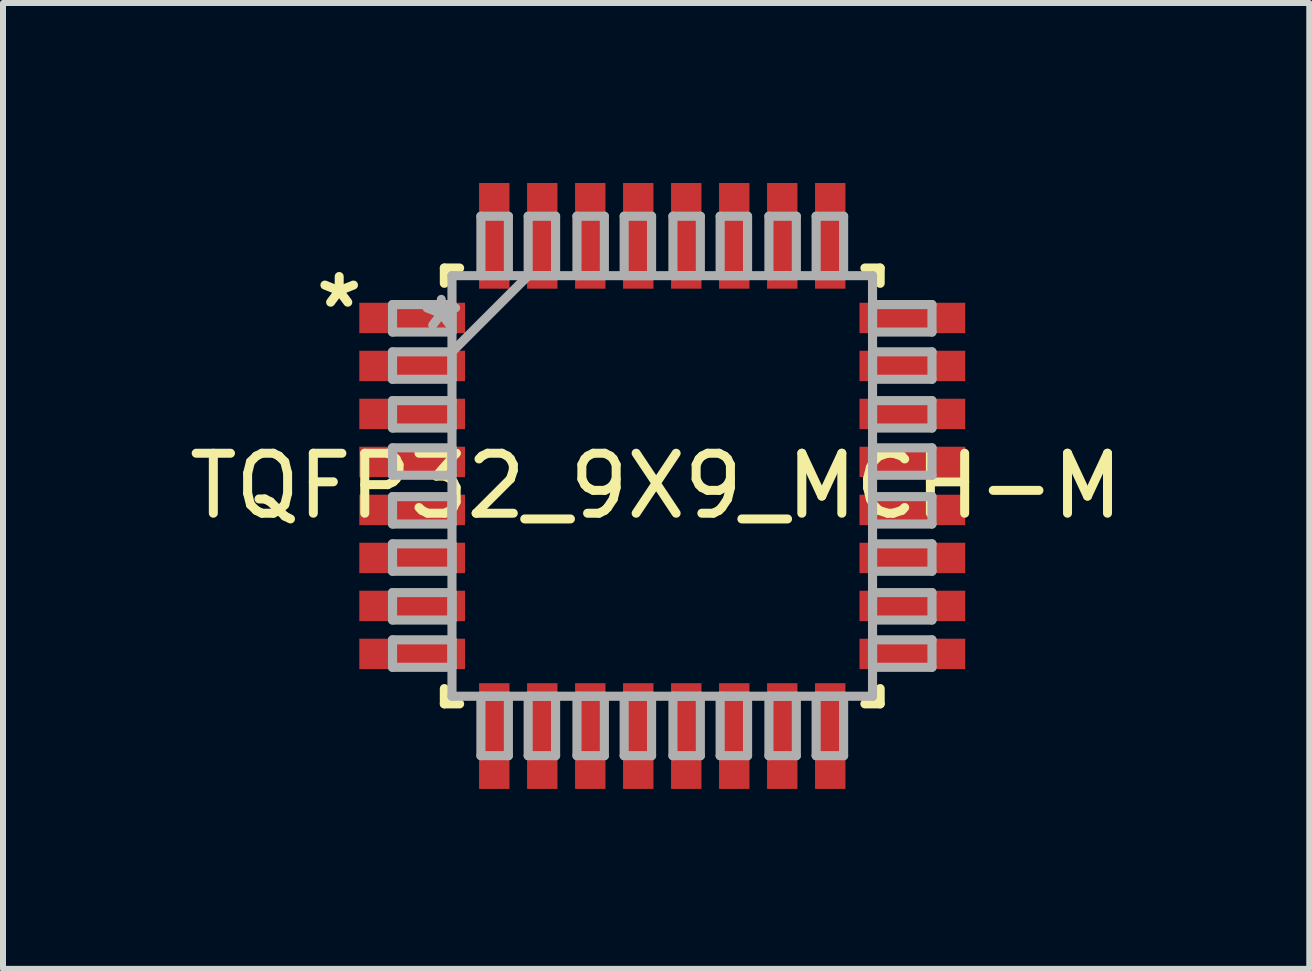
<source format=kicad_pcb>
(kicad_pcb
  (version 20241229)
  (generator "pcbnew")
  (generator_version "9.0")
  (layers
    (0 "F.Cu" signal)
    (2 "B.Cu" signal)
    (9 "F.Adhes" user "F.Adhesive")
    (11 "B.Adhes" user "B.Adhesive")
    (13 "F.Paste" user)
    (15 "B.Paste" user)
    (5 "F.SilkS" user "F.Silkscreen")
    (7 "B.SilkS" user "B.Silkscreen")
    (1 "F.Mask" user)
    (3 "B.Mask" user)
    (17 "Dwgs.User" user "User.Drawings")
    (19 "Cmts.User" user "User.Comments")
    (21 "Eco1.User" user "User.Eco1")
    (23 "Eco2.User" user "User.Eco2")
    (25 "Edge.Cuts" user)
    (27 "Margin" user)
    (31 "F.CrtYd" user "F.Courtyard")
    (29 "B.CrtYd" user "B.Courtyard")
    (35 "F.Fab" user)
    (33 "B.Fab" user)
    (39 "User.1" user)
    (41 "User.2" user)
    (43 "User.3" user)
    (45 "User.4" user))
  (footprint "TQFP32_9X9_MCH-M"
    (layer "F.Cu")
    (at 7.989 5.05)
    (property "Reference" "TQFP32_9X9_MCH-M" (at -0.102 0 0) (layer "F.SilkS") (effects (font (size 1 1) (thickness 0.15))))
    (attr smd)
    (fp_line (start -3.632 -3.632) (end -3.632 -3.378) (stroke (width 0.152) (type solid)) (layer "F.SilkS"))
    (fp_line (start -3.632 3.378) (end -3.632 3.632) (stroke (width 0.152) (type solid)) (layer "F.SilkS"))
    (fp_line (start -3.632 3.632) (end -3.378 3.632) (stroke (width 0.152) (type solid)) (layer "F.SilkS"))
    (fp_line (start -3.378 -3.632) (end -3.632 -3.632) (stroke (width 0.152) (type solid)) (layer "F.SilkS"))
    (fp_line (start 3.378 3.632) (end 3.632 3.632) (stroke (width 0.152) (type solid)) (layer "F.SilkS"))
    (fp_line (start 3.632 -3.632) (end 3.378 -3.632) (stroke (width 0.152) (type solid)) (layer "F.SilkS"))
    (fp_line (start 3.632 -3.378) (end 3.632 -3.632) (stroke (width 0.152) (type solid)) (layer "F.SilkS"))
    (fp_line (start 3.632 3.632) (end 3.632 3.378) (stroke (width 0.152) (type solid)) (layer "F.SilkS"))
    (fp_line (start -4.496 -3.023) (end -4.496 -2.565) (stroke (width 0.152) (type solid)) (layer "F.Fab"))
    (fp_line (start -4.496 -2.565) (end -3.505 -2.565) (stroke (width 0.152) (type solid)) (layer "F.Fab"))
    (fp_line (start -4.496 -2.235) (end -4.496 -1.778) (stroke (width 0.152) (type solid)) (layer "F.Fab"))
    (fp_line (start -4.496 -1.778) (end -3.505 -1.778) (stroke (width 0.152) (type solid)) (layer "F.Fab"))
    (fp_line (start -4.496 -1.422) (end -4.496 -0.965) (stroke (width 0.152) (type solid)) (layer "F.Fab"))
    (fp_line (start -4.496 -0.965) (end -3.505 -0.965) (stroke (width 0.152) (type solid)) (layer "F.Fab"))
    (fp_line (start -4.496 -0.635) (end -4.496 -0.178) (stroke (width 0.152) (type solid)) (layer "F.Fab"))
    (fp_line (start -4.496 -0.178) (end -3.505 -0.178) (stroke (width 0.152) (type solid)) (layer "F.Fab"))
    (fp_line (start -4.496 0.178) (end -4.496 0.635) (stroke (width 0.152) (type solid)) (layer "F.Fab"))
    (fp_line (start -4.496 0.635) (end -3.505 0.635) (stroke (width 0.152) (type solid)) (layer "F.Fab"))
    (fp_line (start -4.496 0.965) (end -4.496 1.422) (stroke (width 0.152) (type solid)) (layer "F.Fab"))
    (fp_line (start -4.496 1.422) (end -3.505 1.422) (stroke (width 0.152) (type solid)) (layer "F.Fab"))
    (fp_line (start -4.496 1.778) (end -4.496 2.235) (stroke (width 0.152) (type solid)) (layer "F.Fab"))
    (fp_line (start -4.496 2.235) (end -3.505 2.235) (stroke (width 0.152) (type solid)) (layer "F.Fab"))
    (fp_line (start -4.496 2.565) (end -4.496 3.023) (stroke (width 0.152) (type solid)) (layer "F.Fab"))
    (fp_line (start -4.496 3.023) (end -3.505 3.023) (stroke (width 0.152) (type solid)) (layer "F.Fab"))
    (fp_line (start -3.505 -3.505) (end -3.505 3.505) (stroke (width 0.152) (type solid)) (layer "F.Fab"))
    (fp_line (start -3.505 -3.023) (end -4.496 -3.023) (stroke (width 0.152) (type solid)) (layer "F.Fab"))
    (fp_line (start -3.505 -2.565) (end -3.505 -3.023) (stroke (width 0.152) (type solid)) (layer "F.Fab"))
    (fp_line (start -3.505 -2.235) (end -4.496 -2.235) (stroke (width 0.152) (type solid)) (layer "F.Fab"))
    (fp_line (start -3.505 -2.235) (end -2.235 -3.505) (stroke (width 0.152) (type solid)) (layer "F.Fab"))
    (fp_line (start -3.505 -1.778) (end -3.505 -2.235) (stroke (width 0.152) (type solid)) (layer "F.Fab"))
    (fp_line (start -3.505 -1.422) (end -4.496 -1.422) (stroke (width 0.152) (type solid)) (layer "F.Fab"))
    (fp_line (start -3.505 -0.965) (end -3.505 -1.422) (stroke (width 0.152) (type solid)) (layer "F.Fab"))
    (fp_line (start -3.505 -0.635) (end -4.496 -0.635) (stroke (width 0.152) (type solid)) (layer "F.Fab"))
    (fp_line (start -3.505 -0.178) (end -3.505 -0.635) (stroke (width 0.152) (type solid)) (layer "F.Fab"))
    (fp_line (start -3.505 0.178) (end -4.496 0.178) (stroke (width 0.152) (type solid)) (layer "F.Fab"))
    (fp_line (start -3.505 0.635) (end -3.505 0.178) (stroke (width 0.152) (type solid)) (layer "F.Fab"))
    (fp_line (start -3.505 0.965) (end -4.496 0.965) (stroke (width 0.152) (type solid)) (layer "F.Fab"))
    (fp_line (start -3.505 1.422) (end -3.505 0.965) (stroke (width 0.152) (type solid)) (layer "F.Fab"))
    (fp_line (start -3.505 1.778) (end -4.496 1.778) (stroke (width 0.152) (type solid)) (layer "F.Fab"))
    (fp_line (start -3.505 2.235) (end -3.505 1.778) (stroke (width 0.152) (type solid)) (layer "F.Fab"))
    (fp_line (start -3.505 2.565) (end -4.496 2.565) (stroke (width 0.152) (type solid)) (layer "F.Fab"))
    (fp_line (start -3.505 3.023) (end -3.505 2.565) (stroke (width 0.152) (type solid)) (layer "F.Fab"))
    (fp_line (start -3.505 3.505) (end 3.505 3.505) (stroke (width 0.152) (type solid)) (layer "F.Fab"))
    (fp_line (start -3.023 -4.496) (end -3.023 -3.505) (stroke (width 0.152) (type solid)) (layer "F.Fab"))
    (fp_line (start -3.023 -3.505) (end -2.565 -3.505) (stroke (width 0.152) (type solid)) (layer "F.Fab"))
    (fp_line (start -3.023 3.505) (end -3.023 4.496) (stroke (width 0.152) (type solid)) (layer "F.Fab"))
    (fp_line (start -3.023 4.496) (end -2.565 4.496) (stroke (width 0.152) (type solid)) (layer "F.Fab"))
    (fp_line (start -2.565 -4.496) (end -3.023 -4.496) (stroke (width 0.152) (type solid)) (layer "F.Fab"))
    (fp_line (start -2.565 -3.505) (end -2.565 -4.496) (stroke (width 0.152) (type solid)) (layer "F.Fab"))
    (fp_line (start -2.565 3.505) (end -3.023 3.505) (stroke (width 0.152) (type solid)) (layer "F.Fab"))
    (fp_line (start -2.565 4.496) (end -2.565 3.505) (stroke (width 0.152) (type solid)) (layer "F.Fab"))
    (fp_line (start -2.235 -4.496) (end -2.235 -3.505) (stroke (width 0.152) (type solid)) (layer "F.Fab"))
    (fp_line (start -2.235 -3.505) (end -1.778 -3.505) (stroke (width 0.152) (type solid)) (layer "F.Fab"))
    (fp_line (start -2.235 3.505) (end -2.235 4.496) (stroke (width 0.152) (type solid)) (layer "F.Fab"))
    (fp_line (start -2.235 4.496) (end -1.778 4.496) (stroke (width 0.152) (type solid)) (layer "F.Fab"))
    (fp_line (start -1.778 -4.496) (end -2.235 -4.496) (stroke (width 0.152) (type solid)) (layer "F.Fab"))
    (fp_line (start -1.778 -3.505) (end -1.778 -4.496) (stroke (width 0.152) (type solid)) (layer "F.Fab"))
    (fp_line (start -1.778 3.505) (end -2.235 3.505) (stroke (width 0.152) (type solid)) (layer "F.Fab"))
    (fp_line (start -1.778 4.496) (end -1.778 3.505) (stroke (width 0.152) (type solid)) (layer "F.Fab"))
    (fp_line (start -1.422 -4.496) (end -1.422 -3.505) (stroke (width 0.152) (type solid)) (layer "F.Fab"))
    (fp_line (start -1.422 -3.505) (end -0.965 -3.505) (stroke (width 0.152) (type solid)) (layer "F.Fab"))
    (fp_line (start -1.422 3.505) (end -1.422 4.496) (stroke (width 0.152) (type solid)) (layer "F.Fab"))
    (fp_line (start -1.422 4.496) (end -0.965 4.496) (stroke (width 0.152) (type solid)) (layer "F.Fab"))
    (fp_line (start -0.965 -4.496) (end -1.422 -4.496) (stroke (width 0.152) (type solid)) (layer "F.Fab"))
    (fp_line (start -0.965 -3.505) (end -0.965 -4.496) (stroke (width 0.152) (type solid)) (layer "F.Fab"))
    (fp_line (start -0.965 3.505) (end -1.422 3.505) (stroke (width 0.152) (type solid)) (layer "F.Fab"))
    (fp_line (start -0.965 4.496) (end -0.965 3.505) (stroke (width 0.152) (type solid)) (layer "F.Fab"))
    (fp_line (start -0.635 -4.496) (end -0.635 -3.505) (stroke (width 0.152) (type solid)) (layer "F.Fab"))
    (fp_line (start -0.635 -3.505) (end -0.178 -3.505) (stroke (width 0.152) (type solid)) (layer "F.Fab"))
    (fp_line (start -0.635 3.505) (end -0.635 4.496) (stroke (width 0.152) (type solid)) (layer "F.Fab"))
    (fp_line (start -0.635 4.496) (end -0.178 4.496) (stroke (width 0.152) (type solid)) (layer "F.Fab"))
    (fp_line (start -0.178 -4.496) (end -0.635 -4.496) (stroke (width 0.152) (type solid)) (layer "F.Fab"))
    (fp_line (start -0.178 -3.505) (end -0.178 -4.496) (stroke (width 0.152) (type solid)) (layer "F.Fab"))
    (fp_line (start -0.178 3.505) (end -0.635 3.505) (stroke (width 0.152) (type solid)) (layer "F.Fab"))
    (fp_line (start -0.178 4.496) (end -0.178 3.505) (stroke (width 0.152) (type solid)) (layer "F.Fab"))
    (fp_line (start 0.178 -4.496) (end 0.178 -3.505) (stroke (width 0.152) (type solid)) (layer "F.Fab"))
    (fp_line (start 0.178 -3.505) (end 0.635 -3.505) (stroke (width 0.152) (type solid)) (layer "F.Fab"))
    (fp_line (start 0.178 3.505) (end 0.178 4.496) (stroke (width 0.152) (type solid)) (layer "F.Fab"))
    (fp_line (start 0.178 4.496) (end 0.635 4.496) (stroke (width 0.152) (type solid)) (layer "F.Fab"))
    (fp_line (start 0.635 -4.496) (end 0.178 -4.496) (stroke (width 0.152) (type solid)) (layer "F.Fab"))
    (fp_line (start 0.635 -3.505) (end 0.635 -4.496) (stroke (width 0.152) (type solid)) (layer "F.Fab"))
    (fp_line (start 0.635 3.505) (end 0.178 3.505) (stroke (width 0.152) (type solid)) (layer "F.Fab"))
    (fp_line (start 0.635 4.496) (end 0.635 3.505) (stroke (width 0.152) (type solid)) (layer "F.Fab"))
    (fp_line (start 0.965 -4.496) (end 0.965 -3.505) (stroke (width 0.152) (type solid)) (layer "F.Fab"))
    (fp_line (start 0.965 -3.505) (end 1.422 -3.505) (stroke (width 0.152) (type solid)) (layer "F.Fab"))
    (fp_line (start 0.965 3.505) (end 0.965 4.496) (stroke (width 0.152) (type solid)) (layer "F.Fab"))
    (fp_line (start 0.965 4.496) (end 1.422 4.496) (stroke (width 0.152) (type solid)) (layer "F.Fab"))
    (fp_line (start 1.422 -4.496) (end 0.965 -4.496) (stroke (width 0.152) (type solid)) (layer "F.Fab"))
    (fp_line (start 1.422 -3.505) (end 1.422 -4.496) (stroke (width 0.152) (type solid)) (layer "F.Fab"))
    (fp_line (start 1.422 3.505) (end 0.965 3.505) (stroke (width 0.152) (type solid)) (layer "F.Fab"))
    (fp_line (start 1.422 4.496) (end 1.422 3.505) (stroke (width 0.152) (type solid)) (layer "F.Fab"))
    (fp_line (start 1.778 -4.496) (end 1.778 -3.505) (stroke (width 0.152) (type solid)) (layer "F.Fab"))
    (fp_line (start 1.778 -3.505) (end 2.235 -3.505) (stroke (width 0.152) (type solid)) (layer "F.Fab"))
    (fp_line (start 1.778 3.505) (end 1.778 4.496) (stroke (width 0.152) (type solid)) (layer "F.Fab"))
    (fp_line (start 1.778 4.496) (end 2.235 4.496) (stroke (width 0.152) (type solid)) (layer "F.Fab"))
    (fp_line (start 2.235 -4.496) (end 1.778 -4.496) (stroke (width 0.152) (type solid)) (layer "F.Fab"))
    (fp_line (start 2.235 -3.505) (end 2.235 -4.496) (stroke (width 0.152) (type solid)) (layer "F.Fab"))
    (fp_line (start 2.235 3.505) (end 1.778 3.505) (stroke (width 0.152) (type solid)) (layer "F.Fab"))
    (fp_line (start 2.235 4.496) (end 2.235 3.505) (stroke (width 0.152) (type solid)) (layer "F.Fab"))
    (fp_line (start 2.565 -4.496) (end 2.565 -3.505) (stroke (width 0.152) (type solid)) (layer "F.Fab"))
    (fp_line (start 2.565 -3.505) (end 3.023 -3.505) (stroke (width 0.152) (type solid)) (layer "F.Fab"))
    (fp_line (start 2.565 3.505) (end 2.565 4.496) (stroke (width 0.152) (type solid)) (layer "F.Fab"))
    (fp_line (start 2.565 4.496) (end 3.023 4.496) (stroke (width 0.152) (type solid)) (layer "F.Fab"))
    (fp_line (start 3.023 -4.496) (end 2.565 -4.496) (stroke (width 0.152) (type solid)) (layer "F.Fab"))
    (fp_line (start 3.023 -3.505) (end 3.023 -4.496) (stroke (width 0.152) (type solid)) (layer "F.Fab"))
    (fp_line (start 3.023 3.505) (end 2.565 3.505) (stroke (width 0.152) (type solid)) (layer "F.Fab"))
    (fp_line (start 3.023 4.496) (end 3.023 3.505) (stroke (width 0.152) (type solid)) (layer "F.Fab"))
    (fp_line (start 3.505 -3.505) (end -3.505 -3.505) (stroke (width 0.152) (type solid)) (layer "F.Fab"))
    (fp_line (start 3.505 -3.023) (end 3.505 -2.565) (stroke (width 0.152) (type solid)) (layer "F.Fab"))
    (fp_line (start 3.505 -2.565) (end 4.496 -2.565) (stroke (width 0.152) (type solid)) (layer "F.Fab"))
    (fp_line (start 3.505 -2.235) (end 3.505 -1.778) (stroke (width 0.152) (type solid)) (layer "F.Fab"))
    (fp_line (start 3.505 -1.778) (end 4.496 -1.778) (stroke (width 0.152) (type solid)) (layer "F.Fab"))
    (fp_line (start 3.505 -1.422) (end 3.505 -0.965) (stroke (width 0.152) (type solid)) (layer "F.Fab"))
    (fp_line (start 3.505 -0.965) (end 4.496 -0.965) (stroke (width 0.152) (type solid)) (layer "F.Fab"))
    (fp_line (start 3.505 -0.635) (end 3.505 -0.178) (stroke (width 0.152) (type solid)) (layer "F.Fab"))
    (fp_line (start 3.505 -0.178) (end 4.496 -0.178) (stroke (width 0.152) (type solid)) (layer "F.Fab"))
    (fp_line (start 3.505 0.178) (end 3.505 0.635) (stroke (width 0.152) (type solid)) (layer "F.Fab"))
    (fp_line (start 3.505 0.635) (end 4.496 0.635) (stroke (width 0.152) (type solid)) (layer "F.Fab"))
    (fp_line (start 3.505 0.965) (end 3.505 1.422) (stroke (width 0.152) (type solid)) (layer "F.Fab"))
    (fp_line (start 3.505 1.422) (end 4.496 1.422) (stroke (width 0.152) (type solid)) (layer "F.Fab"))
    (fp_line (start 3.505 1.778) (end 3.505 2.235) (stroke (width 0.152) (type solid)) (layer "F.Fab"))
    (fp_line (start 3.505 2.235) (end 4.496 2.235) (stroke (width 0.152) (type solid)) (layer "F.Fab"))
    (fp_line (start 3.505 2.565) (end 3.505 3.023) (stroke (width 0.152) (type solid)) (layer "F.Fab"))
    (fp_line (start 3.505 3.023) (end 4.496 3.023) (stroke (width 0.152) (type solid)) (layer "F.Fab"))
    (fp_line (start 3.505 3.505) (end 3.505 -3.505) (stroke (width 0.152) (type solid)) (layer "F.Fab"))
    (fp_line (start 4.496 -3.023) (end 3.505 -3.023) (stroke (width 0.152) (type solid)) (layer "F.Fab"))
    (fp_line (start 4.496 -2.565) (end 4.496 -3.023) (stroke (width 0.152) (type solid)) (layer "F.Fab"))
    (fp_line (start 4.496 -2.235) (end 3.505 -2.235) (stroke (width 0.152) (type solid)) (layer "F.Fab"))
    (fp_line (start 4.496 -1.778) (end 4.496 -2.235) (stroke (width 0.152) (type solid)) (layer "F.Fab"))
    (fp_line (start 4.496 -1.422) (end 3.505 -1.422) (stroke (width 0.152) (type solid)) (layer "F.Fab"))
    (fp_line (start 4.496 -0.965) (end 4.496 -1.422) (stroke (width 0.152) (type solid)) (layer "F.Fab"))
    (fp_line (start 4.496 -0.635) (end 3.505 -0.635) (stroke (width 0.152) (type solid)) (layer "F.Fab"))
    (fp_line (start 4.496 -0.178) (end 4.496 -0.635) (stroke (width 0.152) (type solid)) (layer "F.Fab"))
    (fp_line (start 4.496 0.178) (end 3.505 0.178) (stroke (width 0.152) (type solid)) (layer "F.Fab"))
    (fp_line (start 4.496 0.635) (end 4.496 0.178) (stroke (width 0.152) (type solid)) (layer "F.Fab"))
    (fp_line (start 4.496 0.965) (end 3.505 0.965) (stroke (width 0.152) (type solid)) (layer "F.Fab"))
    (fp_line (start 4.496 1.422) (end 4.496 0.965) (stroke (width 0.152) (type solid)) (layer "F.Fab"))
    (fp_line (start 4.496 1.778) (end 3.505 1.778) (stroke (width 0.152) (type solid)) (layer "F.Fab"))
    (fp_line (start 4.496 2.235) (end 4.496 1.778) (stroke (width 0.152) (type solid)) (layer "F.Fab"))
    (fp_line (start 4.496 2.565) (end 3.505 2.565) (stroke (width 0.152) (type solid)) (layer "F.Fab"))
    (fp_line (start 4.496 3.023) (end 4.496 2.565) (stroke (width 0.152) (type solid)) (layer "F.Fab"))
    (fp_text user "*" (at -5.385 -2.946 0) (layer "F.SilkS") (effects (font (size 1 1) (thickness 0.15))))
    (fp_text user "*" (at -3.683 -2.565 0) (layer "F.Fab") (effects (font (size 1 1) (thickness 0.15))))
    (pad "1" smd rect (at -4.169 -2.8 270) (size 0.507 1.762) (layers "F.Cu" "F.Mask" "F.Paste"))
    (pad "2" smd rect (at -4.169 -2 270) (size 0.507 1.762) (layers "F.Cu" "F.Mask" "F.Paste"))
    (pad "3" smd rect (at -4.169 -1.2 270) (size 0.507 1.762) (layers "F.Cu" "F.Mask" "F.Paste"))
    (pad "4" smd rect (at -4.169 -0.4 270) (size 0.507 1.762) (layers "F.Cu" "F.Mask" "F.Paste"))
    (pad "5" smd rect (at -4.169 0.4 270) (size 0.507 1.762) (layers "F.Cu" "F.Mask" "F.Paste"))
    (pad "6" smd rect (at -4.169 1.2 270) (size 0.507 1.762) (layers "F.Cu" "F.Mask" "F.Paste"))
    (pad "7" smd rect (at -4.169 2 270) (size 0.507 1.762) (layers "F.Cu" "F.Mask" "F.Paste"))
    (pad "8" smd rect (at -4.169 2.8 270) (size 0.507 1.762) (layers "F.Cu" "F.Mask" "F.Paste"))
    (pad "9" smd rect (at -2.8 4.169 180) (size 0.507 1.762) (layers "F.Cu" "F.Mask" "F.Paste"))
    (pad "10" smd rect (at -2 4.169 180) (size 0.507 1.762) (layers "F.Cu" "F.Mask" "F.Paste"))
    (pad "11" smd rect (at -1.2 4.169 180) (size 0.507 1.762) (layers "F.Cu" "F.Mask" "F.Paste"))
    (pad "12" smd rect (at -0.4 4.169 180) (size 0.507 1.762) (layers "F.Cu" "F.Mask" "F.Paste"))
    (pad "13" smd rect (at 0.4 4.169 180) (size 0.507 1.762) (layers "F.Cu" "F.Mask" "F.Paste"))
    (pad "14" smd rect (at 1.2 4.169 180) (size 0.507 1.762) (layers "F.Cu" "F.Mask" "F.Paste"))
    (pad "15" smd rect (at 2 4.169 180) (size 0.507 1.762) (layers "F.Cu" "F.Mask" "F.Paste"))
    (pad "16" smd rect (at 2.8 4.169 180) (size 0.507 1.762) (layers "F.Cu" "F.Mask" "F.Paste"))
    (pad "17" smd rect (at 4.169 2.8 270) (size 0.507 1.762) (layers "F.Cu" "F.Mask" "F.Paste"))
    (pad "18" smd rect (at 4.169 2 270) (size 0.507 1.762) (layers "F.Cu" "F.Mask" "F.Paste"))
    (pad "19" smd rect (at 4.169 1.2 270) (size 0.507 1.762) (layers "F.Cu" "F.Mask" "F.Paste"))
    (pad "20" smd rect (at 4.169 0.4 270) (size 0.507 1.762) (layers "F.Cu" "F.Mask" "F.Paste"))
    (pad "21" smd rect (at 4.169 -0.4 270) (size 0.507 1.762) (layers "F.Cu" "F.Mask" "F.Paste"))
    (pad "22" smd rect (at 4.169 -1.2 270) (size 0.507 1.762) (layers "F.Cu" "F.Mask" "F.Paste"))
    (pad "23" smd rect (at 4.169 -2 270) (size 0.507 1.762) (layers "F.Cu" "F.Mask" "F.Paste"))
    (pad "24" smd rect (at 4.169 -2.8 270) (size 0.507 1.762) (layers "F.Cu" "F.Mask" "F.Paste"))
    (pad "25" smd rect (at 2.8 -4.169 180) (size 0.507 1.762) (layers "F.Cu" "F.Mask" "F.Paste"))
    (pad "26" smd rect (at 2 -4.169 180) (size 0.507 1.762) (layers "F.Cu" "F.Mask" "F.Paste"))
    (pad "27" smd rect (at 1.2 -4.169 180) (size 0.507 1.762) (layers "F.Cu" "F.Mask" "F.Paste"))
    (pad "28" smd rect (at 0.4 -4.169 180) (size 0.507 1.762) (layers "F.Cu" "F.Mask" "F.Paste"))
    (pad "29" smd rect (at -0.4 -4.169 180) (size 0.507 1.762) (layers "F.Cu" "F.Mask" "F.Paste"))
    (pad "30" smd rect (at -1.2 -4.169 180) (size 0.507 1.762) (layers "F.Cu" "F.Mask" "F.Paste"))
    (pad "31" smd rect (at -2 -4.169 180) (size 0.507 1.762) (layers "F.Cu" "F.Mask" "F.Paste"))
    (pad "32" smd rect (at -2.8 -4.169 180) (size 0.507 1.762) (layers "F.Cu" "F.Mask" "F.Paste")))
  (gr_rect
    (start -3 -3)
    (end 18.774 13.1)
    (stroke (width 0.1) (type default))
    (fill no)
    (layer "Edge.Cuts")))
</source>
